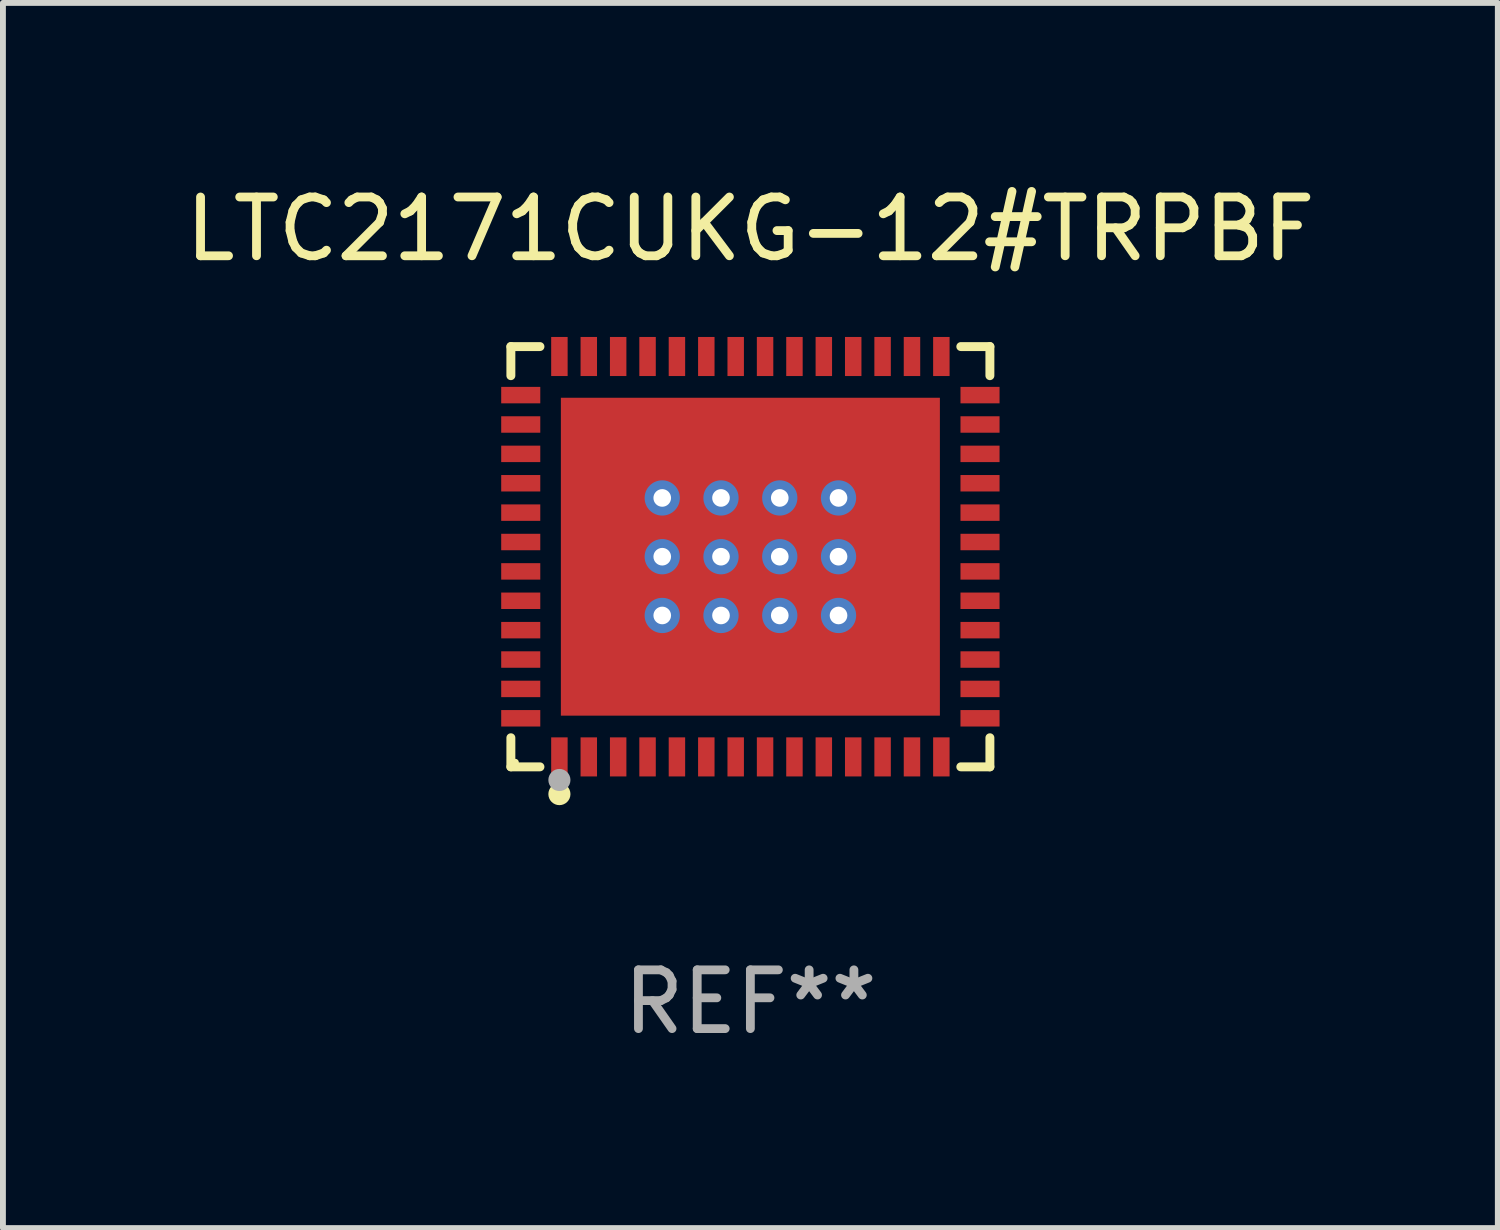
<source format=kicad_pcb>
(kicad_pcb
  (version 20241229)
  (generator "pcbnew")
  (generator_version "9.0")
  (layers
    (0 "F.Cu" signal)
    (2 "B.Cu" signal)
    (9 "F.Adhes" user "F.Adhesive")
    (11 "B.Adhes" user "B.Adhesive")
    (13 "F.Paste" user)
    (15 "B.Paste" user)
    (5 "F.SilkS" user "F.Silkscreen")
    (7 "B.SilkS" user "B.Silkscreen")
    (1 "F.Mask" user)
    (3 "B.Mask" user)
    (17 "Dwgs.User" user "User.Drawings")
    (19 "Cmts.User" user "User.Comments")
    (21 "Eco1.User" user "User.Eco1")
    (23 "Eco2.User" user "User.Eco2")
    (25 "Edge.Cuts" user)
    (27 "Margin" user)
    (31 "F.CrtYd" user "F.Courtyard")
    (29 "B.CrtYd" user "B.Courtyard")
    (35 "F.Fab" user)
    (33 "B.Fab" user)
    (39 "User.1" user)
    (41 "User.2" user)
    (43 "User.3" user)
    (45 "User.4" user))
  (footprint "LTC2171CUKG-12#TRPBF"
    (layer "F.Cu")
    (at 9.72 6.424)
    (property "Reference" "LTC2171CUKG-12#TRPBF" (at 0 -5.576 0) (layer "F.SilkS") (effects (font (size 1 1) (thickness 0.15))))
    (attr through_hole)
    (fp_line (start -4.076 -3.576) (end -3.581 -3.576) (stroke (width 0.152) (type solid)) (layer "F.SilkS"))
    (fp_line (start -4.076 -3.081) (end -4.076 -3.576) (stroke (width 0.152) (type solid)) (layer "F.SilkS"))
    (fp_line (start -4.076 3.081) (end -4.076 3.576) (stroke (width 0.152) (type solid)) (layer "F.SilkS"))
    (fp_line (start -4.076 3.576) (end -3.581 3.576) (stroke (width 0.152) (type solid)) (layer "F.SilkS"))
    (fp_line (start 4.076 -3.576) (end 3.581 -3.576) (stroke (width 0.152) (type solid)) (layer "F.SilkS"))
    (fp_line (start 4.076 -3.081) (end 4.076 -3.576) (stroke (width 0.152) (type solid)) (layer "F.SilkS"))
    (fp_line (start 4.076 3.081) (end 4.076 3.576) (stroke (width 0.152) (type solid)) (layer "F.SilkS"))
    (fp_line (start 4.076 3.576) (end 3.581 3.576) (stroke (width 0.152) (type solid)) (layer "F.SilkS"))
    (fp_circle (center -4 3.5) (end -3.97 3.5) (stroke (width 0.06) (type solid)) (fill no) (layer "F.SilkS"))
    (fp_circle (center -3.25 4.04) (end -3.156 4.04) (stroke (width 0.188) (type solid)) (fill no) (layer "F.SilkS"))
    (fp_circle (center -3.25 3.8) (end -3.156 3.8) (stroke (width 0.188) (type solid)) (fill no) (layer "F.Fab"))
    (fp_text user "REF**" (at 0 7.576 0) (layer "F.Fab") (effects (font (size 1 1) (thickness 0.15))))
    (pad "1" smd rect (at -3.25 3.407) (size 0.28 0.665) (layers "F.Cu" "F.Mask" "F.Paste"))
    (pad "2" smd rect (at -2.75 3.407) (size 0.28 0.665) (layers "F.Cu" "F.Mask" "F.Paste"))
    (pad "3" smd rect (at -2.25 3.407) (size 0.28 0.665) (layers "F.Cu" "F.Mask" "F.Paste"))
    (pad "4" smd rect (at -1.75 3.407) (size 0.28 0.665) (layers "F.Cu" "F.Mask" "F.Paste"))
    (pad "5" smd rect (at -1.25 3.407) (size 0.28 0.665) (layers "F.Cu" "F.Mask" "F.Paste"))
    (pad "6" smd rect (at -0.75 3.407) (size 0.28 0.665) (layers "F.Cu" "F.Mask" "F.Paste"))
    (pad "7" smd rect (at -0.25 3.407) (size 0.28 0.665) (layers "F.Cu" "F.Mask" "F.Paste"))
    (pad "8" smd rect (at 0.25 3.407) (size 0.28 0.665) (layers "F.Cu" "F.Mask" "F.Paste"))
    (pad "9" smd rect (at 0.75 3.407) (size 0.28 0.665) (layers "F.Cu" "F.Mask" "F.Paste"))
    (pad "10" smd rect (at 1.25 3.407) (size 0.28 0.665) (layers "F.Cu" "F.Mask" "F.Paste"))
    (pad "11" smd rect (at 1.75 3.407) (size 0.28 0.665) (layers "F.Cu" "F.Mask" "F.Paste"))
    (pad "12" smd rect (at 2.25 3.407) (size 0.28 0.665) (layers "F.Cu" "F.Mask" "F.Paste"))
    (pad "13" smd rect (at 2.75 3.407) (size 0.28 0.665) (layers "F.Cu" "F.Mask" "F.Paste"))
    (pad "14" smd rect (at 3.25 3.407) (size 0.28 0.665) (layers "F.Cu" "F.Mask" "F.Paste"))
    (pad "15" smd rect (at 3.908 2.75) (size 0.665 0.28) (layers "F.Cu" "F.Mask" "F.Paste"))
    (pad "16" smd rect (at 3.908 2.25) (size 0.665 0.28) (layers "F.Cu" "F.Mask" "F.Paste"))
    (pad "17" smd rect (at 3.908 1.75) (size 0.665 0.28) (layers "F.Cu" "F.Mask" "F.Paste"))
    (pad "18" smd rect (at 3.908 1.25) (size 0.665 0.28) (layers "F.Cu" "F.Mask" "F.Paste"))
    (pad "19" smd rect (at 3.908 0.75) (size 0.665 0.28) (layers "F.Cu" "F.Mask" "F.Paste"))
    (pad "20" smd rect (at 3.908 0.25) (size 0.665 0.28) (layers "F.Cu" "F.Mask" "F.Paste"))
    (pad "21" smd rect (at 3.908 -0.25) (size 0.665 0.28) (layers "F.Cu" "F.Mask" "F.Paste"))
    (pad "22" smd rect (at 3.908 -0.75) (size 0.665 0.28) (layers "F.Cu" "F.Mask" "F.Paste"))
    (pad "23" smd rect (at 3.908 -1.25) (size 0.665 0.28) (layers "F.Cu" "F.Mask" "F.Paste"))
    (pad "24" smd rect (at 3.908 -1.75) (size 0.665 0.28) (layers "F.Cu" "F.Mask" "F.Paste"))
    (pad "25" smd rect (at 3.908 -2.25) (size 0.665 0.28) (layers "F.Cu" "F.Mask" "F.Paste"))
    (pad "26" smd rect (at 3.908 -2.75) (size 0.665 0.28) (layers "F.Cu" "F.Mask" "F.Paste"))
    (pad "27" smd rect (at 3.25 -3.407) (size 0.28 0.665) (layers "F.Cu" "F.Mask" "F.Paste"))
    (pad "28" smd rect (at 2.75 -3.407) (size 0.28 0.665) (layers "F.Cu" "F.Mask" "F.Paste"))
    (pad "29" smd rect (at 2.25 -3.407) (size 0.28 0.665) (layers "F.Cu" "F.Mask" "F.Paste"))
    (pad "30" smd rect (at 1.75 -3.407) (size 0.28 0.665) (layers "F.Cu" "F.Mask" "F.Paste"))
    (pad "31" smd rect (at 1.25 -3.407) (size 0.28 0.665) (layers "F.Cu" "F.Mask" "F.Paste"))
    (pad "32" smd rect (at 0.75 -3.407) (size 0.28 0.665) (layers "F.Cu" "F.Mask" "F.Paste"))
    (pad "33" smd rect (at 0.25 -3.407) (size 0.28 0.665) (layers "F.Cu" "F.Mask" "F.Paste"))
    (pad "34" smd rect (at -0.25 -3.407) (size 0.28 0.665) (layers "F.Cu" "F.Mask" "F.Paste"))
    (pad "35" smd rect (at -0.75 -3.407) (size 0.28 0.665) (layers "F.Cu" "F.Mask" "F.Paste"))
    (pad "36" smd rect (at -1.25 -3.407) (size 0.28 0.665) (layers "F.Cu" "F.Mask" "F.Paste"))
    (pad "37" smd rect (at -1.75 -3.407) (size 0.28 0.665) (layers "F.Cu" "F.Mask" "F.Paste"))
    (pad "38" smd rect (at -2.25 -3.407) (size 0.28 0.665) (layers "F.Cu" "F.Mask" "F.Paste"))
    (pad "39" smd rect (at -2.75 -3.407) (size 0.28 0.665) (layers "F.Cu" "F.Mask" "F.Paste"))
    (pad "40" smd rect (at -3.25 -3.407) (size 0.28 0.665) (layers "F.Cu" "F.Mask" "F.Paste"))
    (pad "41" smd rect (at -3.908 -2.75) (size 0.665 0.28) (layers "F.Cu" "F.Mask" "F.Paste"))
    (pad "42" smd rect (at -3.908 -2.25) (size 0.665 0.28) (layers "F.Cu" "F.Mask" "F.Paste"))
    (pad "43" smd rect (at -3.908 -1.75) (size 0.665 0.28) (layers "F.Cu" "F.Mask" "F.Paste"))
    (pad "44" smd rect (at -3.908 -1.25) (size 0.665 0.28) (layers "F.Cu" "F.Mask" "F.Paste"))
    (pad "45" smd rect (at -3.908 -0.75) (size 0.665 0.28) (layers "F.Cu" "F.Mask" "F.Paste"))
    (pad "46" smd rect (at -3.908 -0.25) (size 0.665 0.28) (layers "F.Cu" "F.Mask" "F.Paste"))
    (pad "47" smd rect (at -3.908 0.25) (size 0.665 0.28) (layers "F.Cu" "F.Mask" "F.Paste"))
    (pad "48" smd rect (at -3.908 0.75) (size 0.665 0.28) (layers "F.Cu" "F.Mask" "F.Paste"))
    (pad "49" smd rect (at -3.908 1.25) (size 0.665 0.28) (layers "F.Cu" "F.Mask" "F.Paste"))
    (pad "50" smd rect (at -3.908 1.75) (size 0.665 0.28) (layers "F.Cu" "F.Mask" "F.Paste"))
    (pad "51" smd rect (at -3.908 2.25) (size 0.665 0.28) (layers "F.Cu" "F.Mask" "F.Paste"))
    (pad "52" smd rect (at -3.908 2.75) (size 0.665 0.28) (layers "F.Cu" "F.Mask" "F.Paste"))
    (pad "53" thru_hole circle (at -1.5 -1) (size 0.6 0.6) (drill 0.3) (layers "*.Cu" "*.Mask"))
    (pad "53" thru_hole circle (at -1.5 0) (size 0.6 0.6) (drill 0.3) (layers "*.Cu" "*.Mask"))
    (pad "53" thru_hole circle (at -1.5 1) (size 0.6 0.6) (drill 0.3) (layers "*.Cu" "*.Mask"))
    (pad "53" thru_hole circle (at -0.5 -1) (size 0.6 0.6) (drill 0.3) (layers "*.Cu" "*.Mask"))
    (pad "53" thru_hole circle (at -0.5 0) (size 0.6 0.6) (drill 0.3) (layers "*.Cu" "*.Mask"))
    (pad "53" thru_hole circle (at -0.5 1) (size 0.6 0.6) (drill 0.3) (layers "*.Cu" "*.Mask"))
    (pad "53" smd rect (at 0 0) (size 6.45 5.41) (layers "F.Cu" "F.Mask" "F.Paste"))
    (pad "53" thru_hole circle (at 0.5 -1) (size 0.6 0.6) (drill 0.3) (layers "*.Cu" "*.Mask"))
    (pad "53" thru_hole circle (at 0.5 0) (size 0.6 0.6) (drill 0.3) (layers "*.Cu" "*.Mask"))
    (pad "53" thru_hole circle (at 0.5 1) (size 0.6 0.6) (drill 0.3) (layers "*.Cu" "*.Mask"))
    (pad "53" thru_hole circle (at 1.5 -1) (size 0.6 0.6) (drill 0.3) (layers "*.Cu" "*.Mask"))
    (pad "53" thru_hole circle (at 1.5 0) (size 0.6 0.6) (drill 0.3) (layers "*.Cu" "*.Mask"))
    (pad "53" thru_hole circle (at 1.5 1) (size 0.6 0.6) (drill 0.3) (layers "*.Cu" "*.Mask")))
  (gr_rect
    (start -3 -3)
    (end 22.44 17.849)
    (stroke (width 0.1) (type default))
    (fill no)
    (layer "Edge.Cuts")))
</source>
